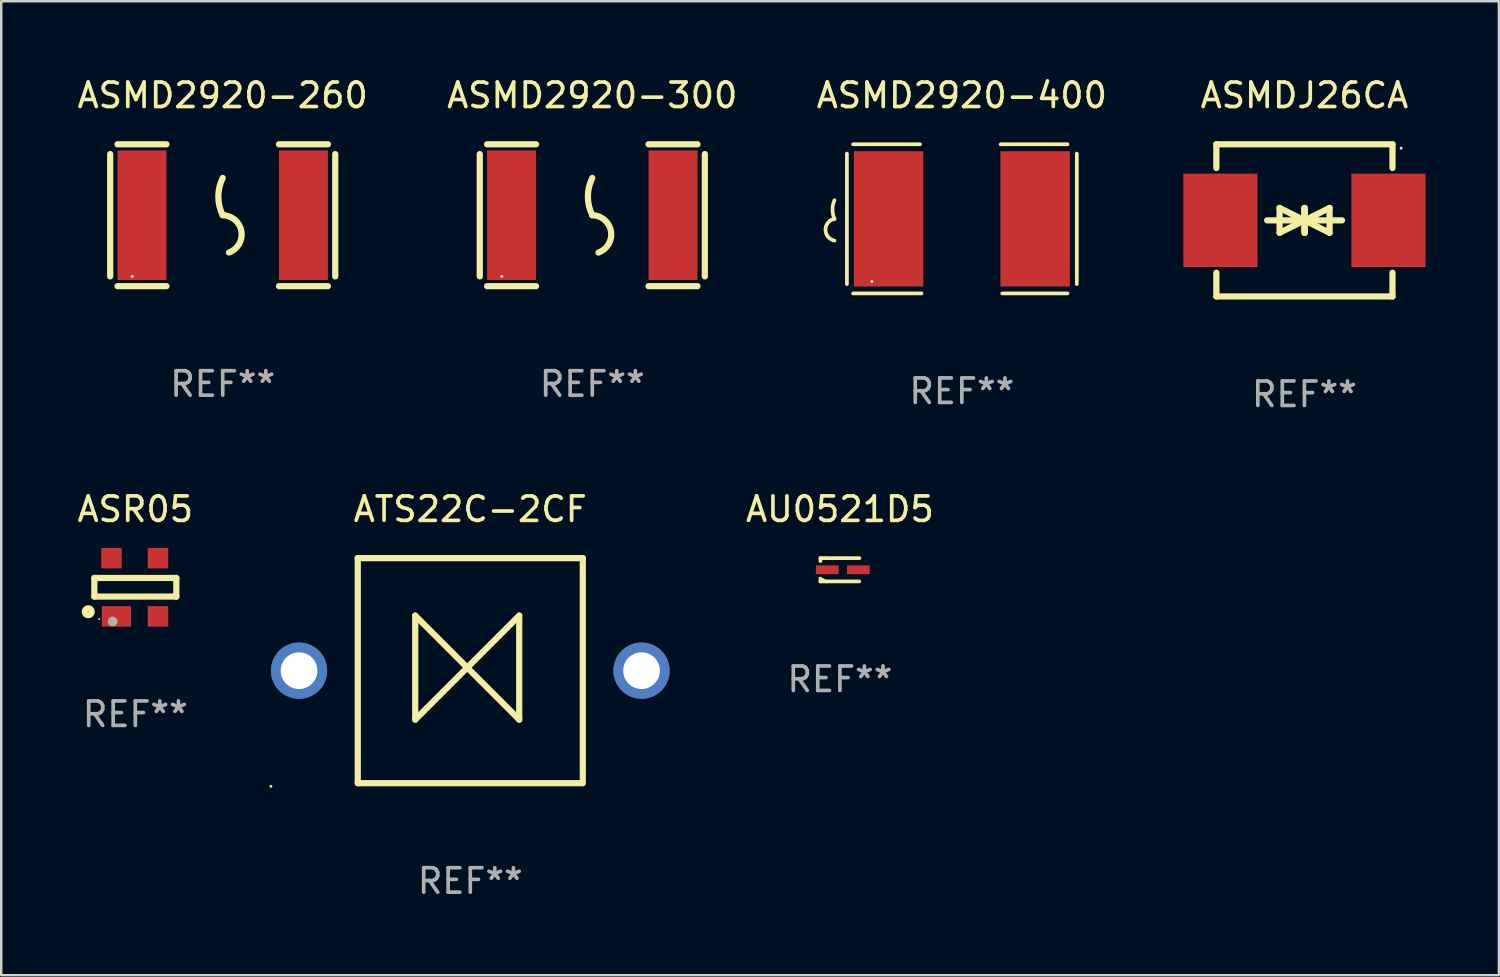
<source format=kicad_pcb>
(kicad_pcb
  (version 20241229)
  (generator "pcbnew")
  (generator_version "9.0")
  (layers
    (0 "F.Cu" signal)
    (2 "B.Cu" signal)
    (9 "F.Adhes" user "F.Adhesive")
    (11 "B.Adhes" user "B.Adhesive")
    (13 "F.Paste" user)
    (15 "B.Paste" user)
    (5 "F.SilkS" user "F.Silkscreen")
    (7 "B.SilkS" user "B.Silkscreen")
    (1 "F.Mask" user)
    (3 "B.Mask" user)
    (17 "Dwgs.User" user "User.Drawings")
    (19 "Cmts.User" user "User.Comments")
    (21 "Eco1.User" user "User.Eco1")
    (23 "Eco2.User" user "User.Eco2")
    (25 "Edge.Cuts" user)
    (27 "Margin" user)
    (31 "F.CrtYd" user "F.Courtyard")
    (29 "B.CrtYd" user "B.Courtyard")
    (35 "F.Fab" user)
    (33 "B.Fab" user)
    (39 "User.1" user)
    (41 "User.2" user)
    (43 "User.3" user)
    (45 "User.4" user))
  (footprint "ASMD2920-400"
    (layer "F.Cu")
    (at 36.268 5.896)
    (property "Reference" "ASMD2920-400" (at 0 -5.048 0) (layer "F.SilkS") (effects (font (size 1 1) (thickness 0.15))))
    (attr through_hole)
    (fp_line (start -4.699 -2.667) (end -4.699 2.667) (stroke (width 0.152) (type solid)) (layer "F.SilkS"))
    (fp_line (start -4.445 -3.048) (end -1.712 -3.048) (stroke (width 0.152) (type solid)) (layer "F.SilkS"))
    (fp_line (start -1.651 3.048) (end -4.445 3.048) (stroke (width 0.152) (type solid)) (layer "F.SilkS"))
    (fp_line (start 1.651 3.048) (end 4.318 3.048) (stroke (width 0.152) (type solid)) (layer "F.SilkS"))
    (fp_line (start 4.318 -3.048) (end 1.585 -3.048) (stroke (width 0.152) (type solid)) (layer "F.SilkS"))
    (fp_line (start 4.699 -2.667) (end 4.699 2.667) (stroke (width 0.152) (type solid)) (layer "F.SilkS"))
    (fp_arc (start -5.20701 0) (mid -5.288646 -0.381001) (end -5.20701 -0.762002) (stroke (width 0.151994) (type solid)) (layer "F.SilkS"))
    (fp_arc (start -5.20701 0.889002) (mid -5.574698 0.444501) (end -5.20701 0) (stroke (width 0.151994) (type solid)) (layer "F.SilkS"))
    (fp_circle (center -3.677 2.56) (end -3.647 2.56) (stroke (width 0.06) (type solid)) (fill no) (layer "F.SilkS"))
    (fp_text user "REF**" (at 0 7.048 0) (layer "F.Fab") (effects (font (size 1 1) (thickness 0.15))))
    (pad "1" smd rect (at -2.995 0) (size 2.835 5.53) (layers "F.Cu" "F.Mask" "F.Paste"))
    (pad "2" smd rect (at 2.995 0) (size 2.835 5.53) (layers "F.Cu" "F.Mask" "F.Paste")))
  (footprint "ASMDJ26CA"
    (layer "F.Cu")
    (at 50.271 5.958)
    (property "Reference" "ASMDJ26CA" (at 0 -5.11 0) (layer "F.SilkS") (effects (font (size 1 1) (thickness 0.15))))
    (attr through_hole)
    (fp_line (start -3.6 -2.141) (end -3.6 -3.11) (stroke (width 0.254) (type solid)) (layer "F.SilkS"))
    (fp_line (start -3.6 3.11) (end -3.6 2.141) (stroke (width 0.254) (type solid)) (layer "F.SilkS"))
    (fp_line (start -1.524 0) (end 0.508 0) (stroke (width 0.254) (type solid)) (layer "F.SilkS"))
    (fp_line (start -1.016 -0.508) (end -1.016 0.508) (stroke (width 0.254) (type solid)) (layer "F.SilkS"))
    (fp_line (start -1.016 0.508) (end 0 0) (stroke (width 0.254) (type solid)) (layer "F.SilkS"))
    (fp_line (start 0 -0.508) (end 0 0.508) (stroke (width 0.254) (type solid)) (layer "F.SilkS"))
    (fp_line (start 0 0) (end -1.016 -0.508) (stroke (width 0.254) (type solid)) (layer "F.SilkS"))
    (fp_line (start 0 0) (end 0 -0.508) (stroke (width 0.254) (type solid)) (layer "F.SilkS"))
    (fp_line (start 0.012 0) (end 0.012 0.508) (stroke (width 0.254) (type solid)) (layer "F.SilkS"))
    (fp_line (start 0.012 0) (end 1.028 0.508) (stroke (width 0.254) (type solid)) (layer "F.SilkS"))
    (fp_line (start 0.012 0.508) (end 0.012 -0.508) (stroke (width 0.254) (type solid)) (layer "F.SilkS"))
    (fp_line (start 1.028 -0.508) (end 0.012 0) (stroke (width 0.254) (type solid)) (layer "F.SilkS"))
    (fp_line (start 1.028 0.508) (end 1.028 -0.508) (stroke (width 0.254) (type solid)) (layer "F.SilkS"))
    (fp_line (start 1.536 0) (end -0.496 0) (stroke (width 0.254) (type solid)) (layer "F.SilkS"))
    (fp_line (start 3.6 -3.11) (end -3.6 -3.11) (stroke (width 0.254) (type solid)) (layer "F.SilkS"))
    (fp_line (start 3.6 -2.141) (end 3.6 -3.11) (stroke (width 0.254) (type solid)) (layer "F.SilkS"))
    (fp_line (start 3.6 3.11) (end -3.6 3.11) (stroke (width 0.254) (type solid)) (layer "F.SilkS"))
    (fp_line (start 3.6 3.11) (end 3.6 2.141) (stroke (width 0.254) (type solid)) (layer "F.SilkS"))
    (fp_circle (center 3.952 -2.95) (end 3.982 -2.95) (stroke (width 0.06) (type solid)) (fill no) (layer "F.SilkS"))
    (fp_text user "REF**" (at 0 7.11 0) (layer "F.Fab") (effects (font (size 1 1) (thickness 0.15))))
    (pad "1" smd rect (at 3.435 0) (size 3.03 3.82) (layers "F.Cu" "F.Mask" "F.Paste"))
    (pad "2" smd rect (at -3.435 0) (size 3.03 3.82) (layers "F.Cu" "F.Mask" "F.Paste")))
  (footprint "ASMD2920-260"
    (layer "F.Cu")
    (at 6.054 5.748)
    (property "Reference" "ASMD2920-260" (at 0 -4.9 0) (layer "F.SilkS") (effects (font (size 1 1) (thickness 0.15))))
    (attr through_hole)
    (fp_line (start -4.6 -2.5) (end -4.6 2.5) (stroke (width 0.254) (type solid)) (layer "F.SilkS"))
    (fp_line (start -4.3 -2.9) (end -2.3 -2.9) (stroke (width 0.254) (type solid)) (layer "F.SilkS"))
    (fp_line (start -4.3 2.9) (end -2.3 2.9) (stroke (width 0.254) (type solid)) (layer "F.SilkS"))
    (fp_line (start 2.3 -2.9) (end 4.3 -2.9) (stroke (width 0.254) (type solid)) (layer "F.SilkS"))
    (fp_line (start 2.3 2.9) (end 4.3 2.9) (stroke (width 0.254) (type solid)) (layer "F.SilkS"))
    (fp_line (start 4.6 -2.5) (end 4.6 2.5) (stroke (width 0.254) (type solid)) (layer "F.SilkS"))
    (fp_arc (start 0 0) (mid -0.179884 -0.762002) (end 0 -1.524003) (stroke (width 0.254001) (type solid)) (layer "F.SilkS"))
    (fp_arc (start 0 0) (mid 0.763086 0.655987) (end 0.254001 1.524003) (stroke (width 0.254001) (type solid)) (layer "F.SilkS"))
    (fp_circle (center -3.7 2.5) (end -3.67 2.5) (stroke (width 0.06) (type solid)) (fill no) (layer "F.SilkS"))
    (fp_text user "REF**" (at 0 6.9 0) (layer "F.Fab") (effects (font (size 1 1) (thickness 0.15))))
    (pad "1" smd rect (at -3.3 0) (size 2 5.3) (layers "F.Cu" "F.Mask" "F.Paste"))
    (pad "2" smd rect (at 3.3 0) (size 2 5.3) (layers "F.Cu" "F.Mask" "F.Paste")))
  (footprint "ASR05"
    (layer "F.Cu")
    (at 2.482 20.956)
    (property "Reference" "ASR05" (at 0 -3.191 0) (layer "F.SilkS") (effects (font (size 1 1) (thickness 0.15))))
    (attr through_hole)
    (fp_line (start -1.675 -0.38) (end -1.675 0.38) (stroke (width 0.254) (type solid)) (layer "F.SilkS"))
    (fp_line (start -1.675 -0.38) (end 1.675 -0.38) (stroke (width 0.254) (type solid)) (layer "F.SilkS"))
    (fp_line (start -1.675 0.38) (end 1.675 0.38) (stroke (width 0.254) (type solid)) (layer "F.SilkS"))
    (fp_line (start 1.675 -0.38) (end 1.675 0.38) (stroke (width 0.254) (type solid)) (layer "F.SilkS"))
    (fp_circle (center -1.925 1) (end -1.783 1) (stroke (width 0.254) (type solid)) (fill no) (layer "F.SilkS"))
    (fp_circle (center -1.475 1.3) (end -1.455 1.3) (stroke (width 0.04) (type solid)) (fill no) (layer "F.SilkS"))
    (fp_circle (center -0.925 1.4) (end -0.825 1.4) (stroke (width 0.2) (type solid)) (fill no) (layer "F.Fab"))
    (fp_text user "REF**" (at 0 5.191 0) (layer "F.Fab") (effects (font (size 1 1) (thickness 0.15))))
    (pad "1" smd rect (at -0.775 1.191) (size 1.194 0.838) (layers "F.Cu" "F.Mask" "F.Paste"))
    (pad "2" smd rect (at 0.925 1.191) (size 0.838 0.838) (layers "F.Cu" "F.Mask" "F.Paste"))
    (pad "3" smd rect (at 0.925 -1.191) (size 0.838 0.838) (layers "F.Cu" "F.Mask" "F.Paste"))
    (pad "4" smd rect (at -0.975 -1.191) (size 0.838 0.838) (layers "F.Cu" "F.Mask" "F.Paste")))
  (footprint "ASMD2920-300"
    (layer "F.Cu")
    (at 21.161 5.748)
    (property "Reference" "ASMD2920-300" (at 0 -4.9 0) (layer "F.SilkS") (effects (font (size 1 1) (thickness 0.15))))
    (attr through_hole)
    (fp_line (start -4.6 -2.5) (end -4.6 2.5) (stroke (width 0.254) (type solid)) (layer "F.SilkS"))
    (fp_line (start -4.3 -2.9) (end -2.3 -2.9) (stroke (width 0.254) (type solid)) (layer "F.SilkS"))
    (fp_line (start -4.3 2.9) (end -2.3 2.9) (stroke (width 0.254) (type solid)) (layer "F.SilkS"))
    (fp_line (start 2.3 -2.9) (end 4.3 -2.9) (stroke (width 0.254) (type solid)) (layer "F.SilkS"))
    (fp_line (start 2.3 2.9) (end 4.3 2.9) (stroke (width 0.254) (type solid)) (layer "F.SilkS"))
    (fp_line (start 4.6 -2.5) (end 4.6 2.5) (stroke (width 0.254) (type solid)) (layer "F.SilkS"))
    (fp_arc (start 0 0) (mid -0.179884 -0.762002) (end 0 -1.524003) (stroke (width 0.254001) (type solid)) (layer "F.SilkS"))
    (fp_arc (start 0 0) (mid 0.763086 0.655987) (end 0.254001 1.524003) (stroke (width 0.254001) (type solid)) (layer "F.SilkS"))
    (fp_circle (center -3.7 2.5) (end -3.67 2.5) (stroke (width 0.06) (type solid)) (fill no) (layer "F.SilkS"))
    (fp_text user "REF**" (at 0 6.9 0) (layer "F.Fab") (effects (font (size 1 1) (thickness 0.15))))
    (pad "1" smd rect (at -3.3 0) (size 2 5.3) (layers "F.Cu" "F.Mask" "F.Paste"))
    (pad "2" smd rect (at 3.3 0) (size 2 5.3) (layers "F.Cu" "F.Mask" "F.Paste")))
  (footprint "ATS22C-2CF"
    (layer "F.Cu")
    (at 16.174 24.365)
    (property "Reference" "ATS22C-2CF" (at 0 -6.6 0) (layer "F.SilkS") (effects (font (size 1 1) (thickness 0.15))))
    (attr through_hole)
    (fp_line (start -4.6 -4.6) (end -4.6 4.6) (stroke (width 0.254) (type solid)) (layer "F.SilkS"))
    (fp_line (start -4.6 -4.6) (end 4.6 -4.6) (stroke (width 0.254) (type solid)) (layer "F.SilkS"))
    (fp_line (start -4.6 4.6) (end 4.6 4.6) (stroke (width 0.254) (type solid)) (layer "F.SilkS"))
    (fp_line (start -2.25 -2.25) (end -2.25 2) (stroke (width 0.254) (type solid)) (layer "F.SilkS"))
    (fp_line (start -2.25 2) (end 2 -2.25) (stroke (width 0.254) (type solid)) (layer "F.SilkS"))
    (fp_line (start 2 -2.25) (end 2 2) (stroke (width 0.254) (type solid)) (layer "F.SilkS"))
    (fp_line (start 2 2) (end -2.25 -2.25) (stroke (width 0.254) (type solid)) (layer "F.SilkS"))
    (fp_line (start 4.6 -4.6) (end 4.6 4.5) (stroke (width 0.254) (type solid)) (layer "F.SilkS"))
    (fp_circle (center -8.15 4.727) (end -8.12 4.727) (stroke (width 0.06) (type solid)) (fill no) (layer "F.SilkS"))
    (fp_text user "REF**" (at 0 8.6 0) (layer "F.Fab") (effects (font (size 1 1) (thickness 0.15))))
    (pad "1" thru_hole circle (at -7 0) (size 2.3 2.3) (drill 1.5) (layers "*.Cu" "*.Mask"))
    (pad "2" thru_hole circle (at 7 0) (size 2.3 2.3) (drill 1.5) (layers "*.Cu" "*.Mask")))
  (footprint "AU0521D5"
    (layer "F.Cu")
    (at 31.283 20.241)
    (property "Reference" "AU0521D5" (at 0 -2.476 0) (layer "F.SilkS") (effects (font (size 1 1) (thickness 0.15))))
    (attr through_hole)
    (fp_line (start -0.795 -0.476) (end -0.795 -0.356) (stroke (width 0.152) (type solid)) (layer "F.SilkS"))
    (fp_line (start -0.795 0.363) (end -0.795 0.476) (stroke (width 0.152) (type solid)) (layer "F.SilkS"))
    (fp_line (start -0.795 0.476) (end -0.557 0.476) (stroke (width 0.152) (type solid)) (layer "F.SilkS"))
    (fp_line (start -0.557 -0.476) (end -0.795 -0.476) (stroke (width 0.152) (type solid)) (layer "F.SilkS"))
    (fp_line (start -0.557 -0.476) (end 0.795 -0.476) (stroke (width 0.152) (type solid)) (layer "F.SilkS"))
    (fp_line (start -0.557 0.476) (end 0.795 0.476) (stroke (width 0.152) (type solid)) (layer "F.SilkS"))
    (fp_circle (center -0.681 0.4) (end -0.651 0.4) (stroke (width 0.06) (type solid)) (fill no) (layer "F.SilkS"))
    (fp_text user "REF**" (at 0 4.476 0) (layer "F.Fab") (effects (font (size 1 1) (thickness 0.15))))
    (pad "1" smd rect (at -0.516 0 180) (size 0.93 0.36) (layers "F.Cu" "F.Mask" "F.Paste"))
    (pad "2" smd rect (at 0.754 0 180) (size 0.93 0.36) (layers "F.Cu" "F.Mask" "F.Paste")))
  (gr_rect
    (start -3 -3)
    (end 58.221 36.813)
    (stroke (width 0.1) (type default))
    (fill no)
    (layer "Edge.Cuts")))
</source>
